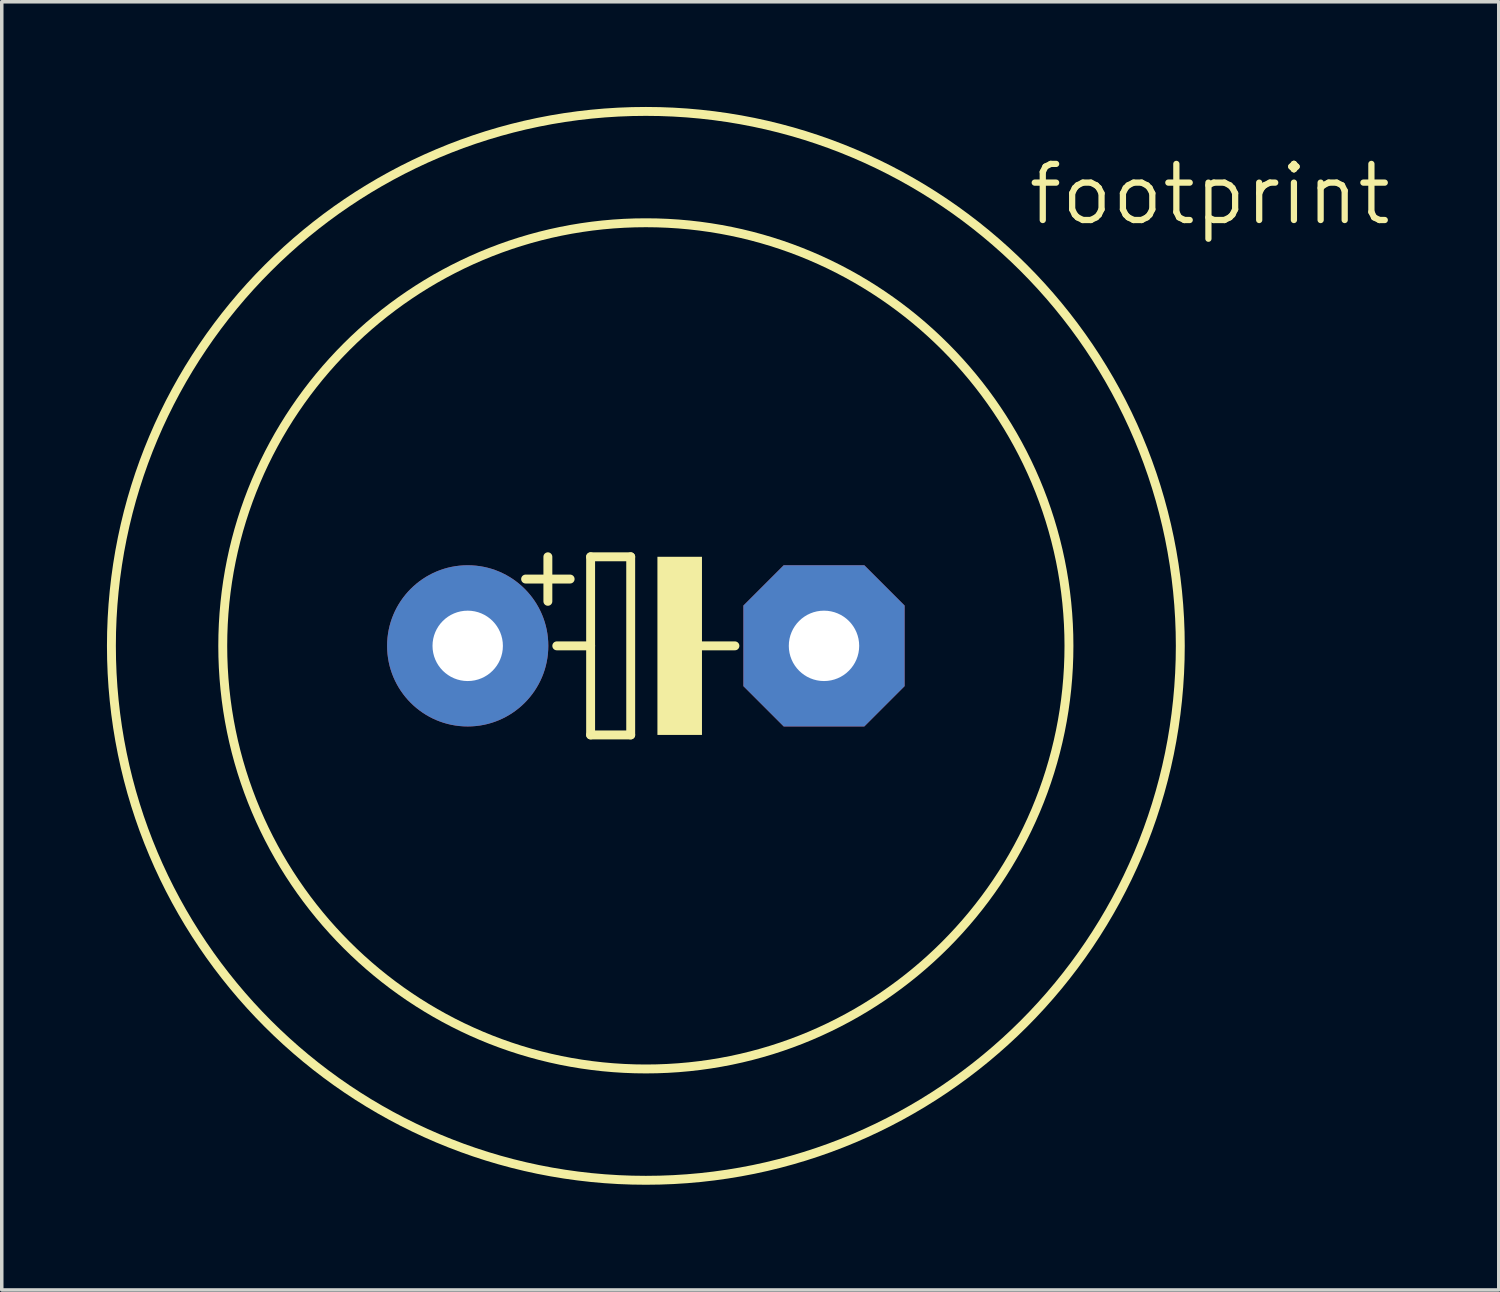
<source format=kicad_pcb>
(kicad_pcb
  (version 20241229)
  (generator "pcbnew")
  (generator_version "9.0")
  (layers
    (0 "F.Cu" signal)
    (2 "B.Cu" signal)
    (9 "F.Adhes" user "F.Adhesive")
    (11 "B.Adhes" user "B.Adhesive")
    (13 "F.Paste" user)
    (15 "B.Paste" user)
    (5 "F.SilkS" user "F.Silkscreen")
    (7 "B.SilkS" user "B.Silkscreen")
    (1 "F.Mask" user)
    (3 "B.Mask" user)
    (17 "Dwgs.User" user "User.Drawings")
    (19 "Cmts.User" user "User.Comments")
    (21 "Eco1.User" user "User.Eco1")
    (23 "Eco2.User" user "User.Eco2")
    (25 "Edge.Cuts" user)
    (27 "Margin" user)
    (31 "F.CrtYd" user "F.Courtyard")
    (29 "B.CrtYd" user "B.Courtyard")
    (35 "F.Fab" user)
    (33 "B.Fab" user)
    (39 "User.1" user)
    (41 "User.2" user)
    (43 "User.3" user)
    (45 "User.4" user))
  (footprint "footprint"
    (layer "F.Cu")
    (at 15.367 15.367)
    (property "Reference" "footprint" (at 10.82 -11.938 0) (layer "F.SilkS") (effects (font (size 1.6 1.6) (thickness 0.178)) (justify left bottom)))
    (fp_line (start -2.794 -2.54) (end -2.794 -1.27) (stroke (width 0.254) (type solid)) (layer "F.SilkS"))
    (fp_line (start -2.54 0) (end -1.575 0) (stroke (width 0.254) (type solid)) (layer "F.SilkS"))
    (fp_line (start -2.159 -1.905) (end -3.429 -1.905) (stroke (width 0.254) (type solid)) (layer "F.SilkS"))
    (fp_line (start -1.575 -2.54) (end -0.432 -2.54) (stroke (width 0.254) (type solid)) (layer "F.SilkS"))
    (fp_line (start -1.575 0) (end -1.575 -2.54) (stroke (width 0.254) (type solid)) (layer "F.SilkS"))
    (fp_line (start -1.575 2.54) (end -1.575 0) (stroke (width 0.254) (type solid)) (layer "F.SilkS"))
    (fp_line (start -0.432 -2.54) (end -0.432 2.54) (stroke (width 0.254) (type solid)) (layer "F.SilkS"))
    (fp_line (start -0.432 2.54) (end -1.575 2.54) (stroke (width 0.254) (type solid)) (layer "F.SilkS"))
    (fp_line (start 0.635 0) (end 2.54 0) (stroke (width 0.254) (type solid)) (layer "F.SilkS"))
    (fp_circle (center 0 0) (end 12.065 0) (stroke (width 0.254) (type solid)) (fill no) (layer "F.SilkS"))
    (fp_circle (center 0 0) (end 15.24 0) (stroke (width 0.254) (type solid)) (fill no) (layer "F.SilkS"))
    (fp_poly (pts (xy 0.33 2.54) (xy 1.6 2.54) (xy 1.6 -2.54) (xy 0.33 -2.54)) (stroke (width 0) (type solid)) (fill yes) (layer "F.SilkS"))
    (pad "+" thru_hole circle (at -5.08 0) (size 4.597 4.597) (drill 2.007) (layers "*.Cu" "*.Mask"))
    (pad "-" thru_hole roundrect (at 5.08 0) (size 4.597 4.597) (drill 2.007) (layers "*.Cu" "*.Mask") (roundrect_rratio 0.25) (chamfer_ratio 0.25) (chamfer top_left top_right bottom_left bottom_right)))
  (gr_rect
    (start -3 -3)
    (end 39.688 33.734)
    (stroke (width 0.1) (type default))
    (fill no)
    (layer "Edge.Cuts")))
</source>
